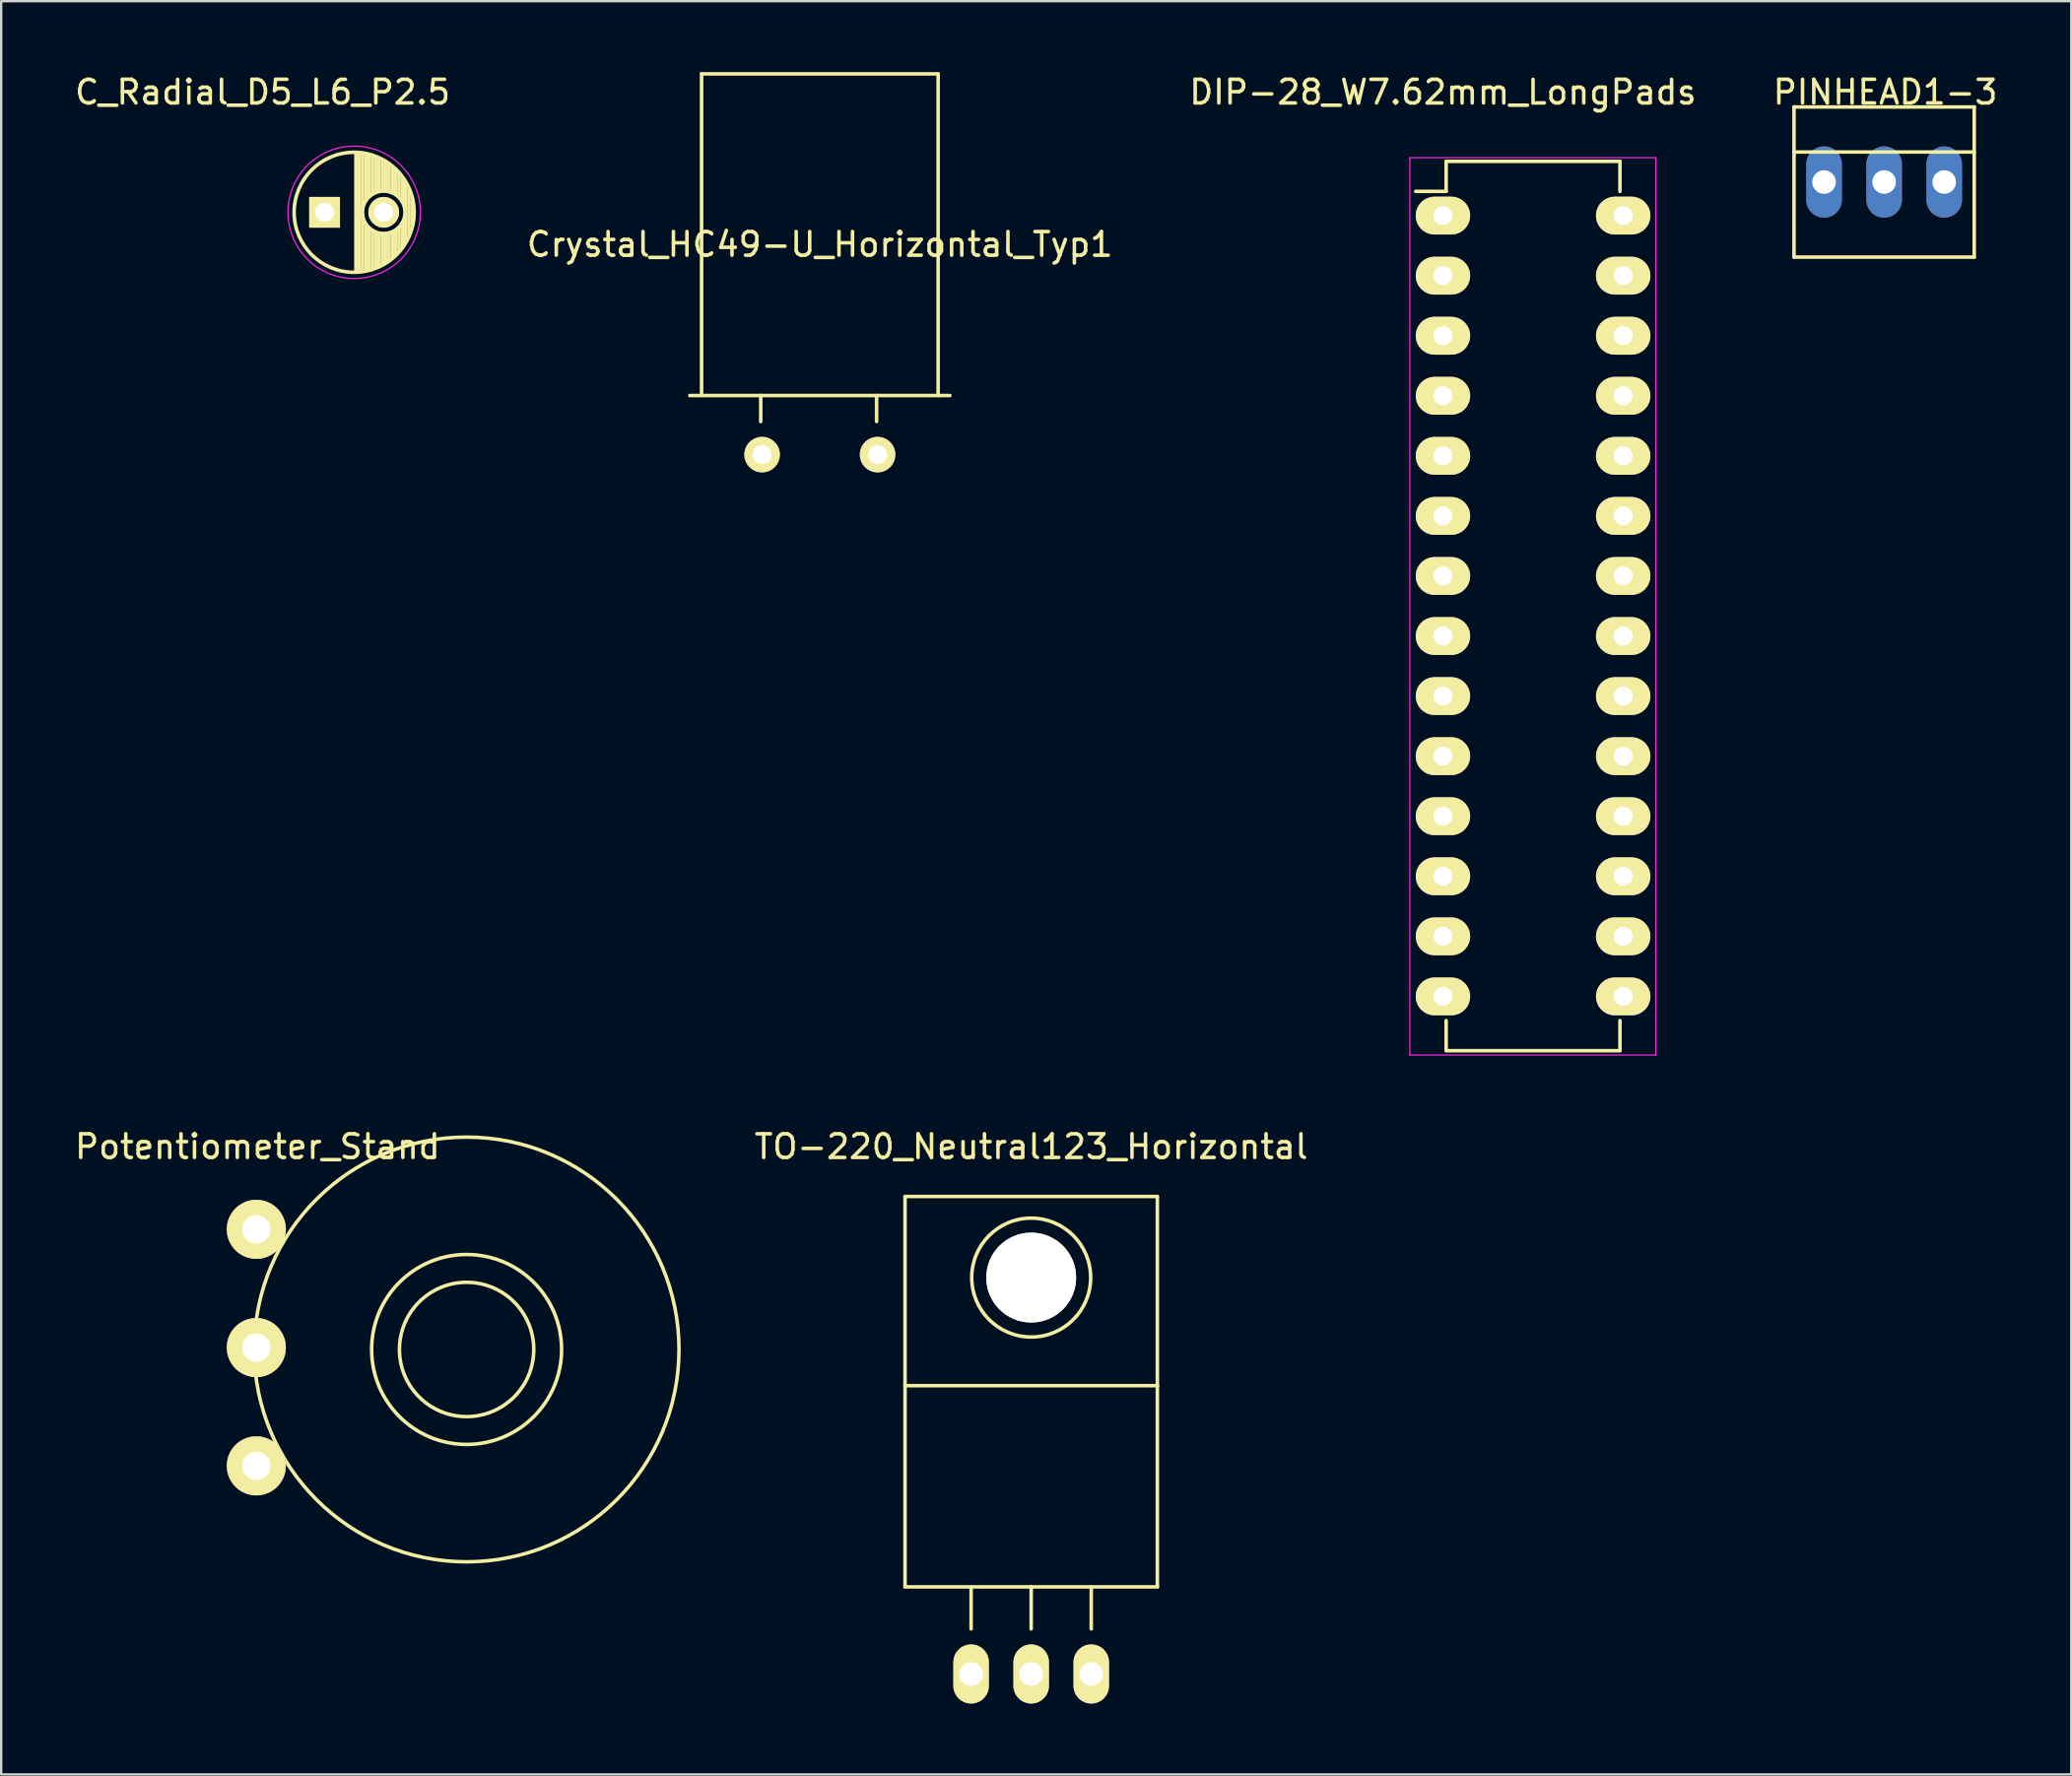
<source format=kicad_pcb>
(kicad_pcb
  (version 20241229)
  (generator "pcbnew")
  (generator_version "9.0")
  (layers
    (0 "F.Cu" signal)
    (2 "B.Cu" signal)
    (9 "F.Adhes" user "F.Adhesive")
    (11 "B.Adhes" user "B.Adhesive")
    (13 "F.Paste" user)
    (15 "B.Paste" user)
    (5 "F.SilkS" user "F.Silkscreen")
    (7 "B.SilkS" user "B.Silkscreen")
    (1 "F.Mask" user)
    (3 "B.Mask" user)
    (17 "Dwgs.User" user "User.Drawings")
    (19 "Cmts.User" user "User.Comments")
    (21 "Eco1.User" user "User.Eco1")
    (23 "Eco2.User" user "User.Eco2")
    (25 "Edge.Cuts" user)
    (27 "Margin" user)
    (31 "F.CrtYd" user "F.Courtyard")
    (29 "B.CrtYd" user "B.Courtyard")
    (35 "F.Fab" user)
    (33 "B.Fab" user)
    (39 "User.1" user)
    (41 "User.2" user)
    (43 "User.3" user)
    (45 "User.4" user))
  (footprint "PINHEAD1-3"
    (layer "F.Cu")
    (at 76.611 4.648)
    (property "Reference" "PINHEAD1-3" (at 0.05 -3.8 0) (layer "F.SilkS") (effects (font (size 1 1) (thickness 0.15))))
    (attr exclude_from_pos_files exclude_from_bom)
    (fp_line (start -3.81 -3.175) (end -3.81 3.175) (stroke (width 0.15) (type solid)) (layer "F.SilkS"))
    (fp_line (start -3.81 -3.175) (end 3.81 -3.175) (stroke (width 0.15) (type solid)) (layer "F.SilkS"))
    (fp_line (start 3.81 -3.175) (end 3.81 3.175) (stroke (width 0.15) (type solid)) (layer "F.SilkS"))
    (fp_line (start 3.81 -1.27) (end -3.81 -1.27) (stroke (width 0.15) (type solid)) (layer "F.SilkS"))
    (fp_line (start 3.81 3.175) (end -3.81 3.175) (stroke (width 0.15) (type solid)) (layer "F.SilkS"))
    (pad "1" thru_hole oval (at -2.54 0) (size 1.506 3.015) (drill 0.998) (layers "*.Cu" "*.Mask"))
    (pad "2" thru_hole oval (at 0 0) (size 1.506 3.015) (drill 0.998) (layers "*.Cu" "*.Mask"))
    (pad "3" thru_hole oval (at 2.54 0) (size 1.506 3.015) (drill 0.998) (layers "*.Cu" "*.Mask")))
  (footprint "TO-220_Neutral123_Horizontal"
    (layer "F.Cu")
    (at 40.549 67.743)
    (property "Reference" "TO-220_Neutral123_Horizontal" (at 0 -22.301 0) (layer "F.SilkS") (effects (font (size 1 1) (thickness 0.15))))
    (attr through_hole)
    (fp_line (start -5.334 -20.193) (end -5.334 -12.192) (stroke (width 0.15) (type solid)) (layer "F.SilkS"))
    (fp_line (start -5.334 -12.192) (end -5.334 -3.683) (stroke (width 0.15) (type solid)) (layer "F.SilkS"))
    (fp_line (start -2.54 -3.683) (end -2.54 -1.905) (stroke (width 0.15) (type solid)) (layer "F.SilkS"))
    (fp_line (start 0 -3.683) (end -5.334 -3.683) (stroke (width 0.15) (type solid)) (layer "F.SilkS"))
    (fp_line (start 0 -3.683) (end 0 -1.905) (stroke (width 0.15) (type solid)) (layer "F.SilkS"))
    (fp_line (start 0 -3.683) (end 5.334 -3.683) (stroke (width 0.15) (type solid)) (layer "F.SilkS"))
    (fp_line (start 2.54 -3.683) (end 2.54 -1.905) (stroke (width 0.15) (type solid)) (layer "F.SilkS"))
    (fp_line (start 5.334 -20.193) (end -5.334 -20.193) (stroke (width 0.15) (type solid)) (layer "F.SilkS"))
    (fp_line (start 5.334 -12.192) (end -5.334 -12.192) (stroke (width 0.15) (type solid)) (layer "F.SilkS"))
    (fp_line (start 5.334 -12.192) (end 5.334 -20.193) (stroke (width 0.15) (type solid)) (layer "F.SilkS"))
    (fp_line (start 5.334 -3.683) (end 5.334 -12.192) (stroke (width 0.15) (type solid)) (layer "F.SilkS"))
    (fp_circle (center 0 -16.764) (end 1.778 -14.986) (stroke (width 0.15) (type solid)) (fill no) (layer "F.SilkS"))
    (pad "" np_thru_hole circle (at 0 -16.764 90) (size 3.8 3.8) (drill 3.8) (layers "*.Cu" "*.Mask" "F.SilkS"))
    (pad "1" thru_hole oval (at -2.54 0 90) (size 2.499 1.501) (drill 1.001) (layers "*.Cu" "*.Mask" "F.SilkS"))
    (pad "2" thru_hole oval (at 0 0 90) (size 2.499 1.501) (drill 1.001) (layers "*.Cu" "*.Mask" "F.SilkS"))
    (pad "3" thru_hole oval (at 2.54 0 90) (size 2.499 1.501) (drill 1.001) (layers "*.Cu" "*.Mask" "F.SilkS")))
  (footprint "DIP-28_W7.62mm_LongPads"
    (layer "F.Cu")
    (at 57.958 6.068)
    (property "Reference" "DIP-28_W7.62mm_LongPads" (at 0 -5.22 0) (layer "F.SilkS") (effects (font (size 1 1) (thickness 0.15))))
    (attr through_hole)
    (fp_line (start 0.135 -2.295) (end 0.135 -1.025) (stroke (width 0.15) (type solid)) (layer "F.SilkS"))
    (fp_line (start 0.135 -2.295) (end 7.485 -2.295) (stroke (width 0.15) (type solid)) (layer "F.SilkS"))
    (fp_line (start 0.135 -1.025) (end -1.15 -1.025) (stroke (width 0.15) (type solid)) (layer "F.SilkS"))
    (fp_line (start 0.135 35.315) (end 0.135 34.045) (stroke (width 0.15) (type solid)) (layer "F.SilkS"))
    (fp_line (start 0.135 35.315) (end 7.485 35.315) (stroke (width 0.15) (type solid)) (layer "F.SilkS"))
    (fp_line (start 7.485 -2.295) (end 7.485 -1.025) (stroke (width 0.15) (type solid)) (layer "F.SilkS"))
    (fp_line (start 7.485 35.315) (end 7.485 34.045) (stroke (width 0.15) (type solid)) (layer "F.SilkS"))
    (fp_line (start -1.4 -2.45) (end -1.4 35.5) (stroke (width 0.05) (type solid)) (layer "F.CrtYd"))
    (fp_line (start -1.4 -2.45) (end 9 -2.45) (stroke (width 0.05) (type solid)) (layer "F.CrtYd"))
    (fp_line (start -1.4 35.5) (end 9 35.5) (stroke (width 0.05) (type solid)) (layer "F.CrtYd"))
    (fp_line (start 9 -2.45) (end 9 35.5) (stroke (width 0.05) (type solid)) (layer "F.CrtYd"))
    (pad "1" thru_hole oval (at 0 0) (size 2.3 1.6) (drill 0.8) (layers "*.Cu" "*.Mask" "F.SilkS"))
    (pad "2" thru_hole oval (at 0 2.54) (size 2.3 1.6) (drill 0.8) (layers "*.Cu" "*.Mask" "F.SilkS"))
    (pad "3" thru_hole oval (at 0 5.08) (size 2.3 1.6) (drill 0.8) (layers "*.Cu" "*.Mask" "F.SilkS"))
    (pad "4" thru_hole oval (at 0 7.62) (size 2.3 1.6) (drill 0.8) (layers "*.Cu" "*.Mask" "F.SilkS"))
    (pad "5" thru_hole oval (at 0 10.16) (size 2.3 1.6) (drill 0.8) (layers "*.Cu" "*.Mask" "F.SilkS"))
    (pad "6" thru_hole oval (at 0 12.7) (size 2.3 1.6) (drill 0.8) (layers "*.Cu" "*.Mask" "F.SilkS"))
    (pad "7" thru_hole oval (at 0 15.24) (size 2.3 1.6) (drill 0.8) (layers "*.Cu" "*.Mask" "F.SilkS"))
    (pad "8" thru_hole oval (at 0 17.78) (size 2.3 1.6) (drill 0.8) (layers "*.Cu" "*.Mask" "F.SilkS"))
    (pad "9" thru_hole oval (at 0 20.32) (size 2.3 1.6) (drill 0.8) (layers "*.Cu" "*.Mask" "F.SilkS"))
    (pad "10" thru_hole oval (at 0 22.86) (size 2.3 1.6) (drill 0.8) (layers "*.Cu" "*.Mask" "F.SilkS"))
    (pad "11" thru_hole oval (at 0 25.4) (size 2.3 1.6) (drill 0.8) (layers "*.Cu" "*.Mask" "F.SilkS"))
    (pad "12" thru_hole oval (at 0 27.94) (size 2.3 1.6) (drill 0.8) (layers "*.Cu" "*.Mask" "F.SilkS"))
    (pad "13" thru_hole oval (at 0 30.48) (size 2.3 1.6) (drill 0.8) (layers "*.Cu" "*.Mask" "F.SilkS"))
    (pad "14" thru_hole oval (at 0 33.02) (size 2.3 1.6) (drill 0.8) (layers "*.Cu" "*.Mask" "F.SilkS"))
    (pad "15" thru_hole oval (at 7.62 33.02) (size 2.3 1.6) (drill 0.8) (layers "*.Cu" "*.Mask" "F.SilkS"))
    (pad "16" thru_hole oval (at 7.62 30.48) (size 2.3 1.6) (drill 0.8) (layers "*.Cu" "*.Mask" "F.SilkS"))
    (pad "17" thru_hole oval (at 7.62 27.94) (size 2.3 1.6) (drill 0.8) (layers "*.Cu" "*.Mask" "F.SilkS"))
    (pad "18" thru_hole oval (at 7.62 25.4) (size 2.3 1.6) (drill 0.8) (layers "*.Cu" "*.Mask" "F.SilkS"))
    (pad "19" thru_hole oval (at 7.62 22.86) (size 2.3 1.6) (drill 0.8) (layers "*.Cu" "*.Mask" "F.SilkS"))
    (pad "20" thru_hole oval (at 7.62 20.32) (size 2.3 1.6) (drill 0.8) (layers "*.Cu" "*.Mask" "F.SilkS"))
    (pad "21" thru_hole oval (at 7.62 17.78) (size 2.3 1.6) (drill 0.8) (layers "*.Cu" "*.Mask" "F.SilkS"))
    (pad "22" thru_hole oval (at 7.62 15.24) (size 2.3 1.6) (drill 0.8) (layers "*.Cu" "*.Mask" "F.SilkS"))
    (pad "23" thru_hole oval (at 7.62 12.7) (size 2.3 1.6) (drill 0.8) (layers "*.Cu" "*.Mask" "F.SilkS"))
    (pad "24" thru_hole oval (at 7.62 10.16) (size 2.3 1.6) (drill 0.8) (layers "*.Cu" "*.Mask" "F.SilkS"))
    (pad "25" thru_hole oval (at 7.62 7.62) (size 2.3 1.6) (drill 0.8) (layers "*.Cu" "*.Mask" "F.SilkS"))
    (pad "26" thru_hole oval (at 7.62 5.08) (size 2.3 1.6) (drill 0.8) (layers "*.Cu" "*.Mask" "F.SilkS"))
    (pad "27" thru_hole oval (at 7.62 2.54) (size 2.3 1.6) (drill 0.8) (layers "*.Cu" "*.Mask" "F.SilkS"))
    (pad "28" thru_hole oval (at 7.62 0) (size 2.3 1.6) (drill 0.8) (layers "*.Cu" "*.Mask" "F.SilkS")))
  (footprint "Crystal_HC49-U_Horizontal_Typ1"
    (layer "F.Cu")
    (at 31.613 16.176)
    (property "Reference" "Crystal_HC49-U_Horizontal_Typ1" (at 0 -8.89 0) (layer "F.SilkS") (effects (font (size 1 1) (thickness 0.15))))
    (attr through_hole)
    (fp_line (start -5.499 -2.499) (end 5.499 -2.499) (stroke (width 0.15) (type solid)) (layer "F.SilkS"))
    (fp_line (start -5.001 -16.101) (end 5.001 -16.101) (stroke (width 0.15) (type solid)) (layer "F.SilkS"))
    (fp_line (start -5.001 -2.499) (end -5.001 -16.101) (stroke (width 0.15) (type solid)) (layer "F.SilkS"))
    (fp_line (start -2.499 -1.4) (end -2.499 -2.499) (stroke (width 0.15) (type solid)) (layer "F.SilkS"))
    (fp_line (start 2.4 -1.4) (end 2.4 -2.499) (stroke (width 0.15) (type solid)) (layer "F.SilkS"))
    (fp_line (start 5.001 -16.101) (end 5.001 -2.499) (stroke (width 0.15) (type solid)) (layer "F.SilkS"))
    (pad "1" thru_hole circle (at -2.441 0) (size 1.501 1.501) (drill 0.8) (layers "*.Cu" "*.Mask" "F.SilkS"))
    (pad "2" thru_hole circle (at 2.441 0) (size 1.501 1.501) (drill 0.8) (layers "*.Cu" "*.Mask" "F.SilkS")))
  (footprint "Potentiometer_Stand"
    (layer "F.Cu")
    (at 7.788 48.939)
    (property "Reference" "Potentiometer_Stand" (at 0.051 -3.498 0) (layer "F.SilkS") (effects (font (size 1 1) (thickness 0.15))))
    (attr through_hole)
    (fp_circle (center 8.89 5.08) (end 10.16 7.62) (stroke (width 0.15) (type solid)) (fill no) (layer "F.SilkS"))
    (fp_circle (center 8.89 5.08) (end 10.16 8.89) (stroke (width 0.15) (type solid)) (fill no) (layer "F.SilkS"))
    (fp_circle (center 8.89 5.08) (end 15.24 11.43) (stroke (width 0.15) (type solid)) (fill no) (layer "F.SilkS"))
    (pad "1" thru_hole circle (at 0 0) (size 2.499 2.499) (drill 1.199) (layers "*.Cu" "*.Mask" "F.SilkS"))
    (pad "2" thru_hole circle (at 0 5.001) (size 2.499 2.499) (drill 1.199) (layers "*.Cu" "*.Mask" "F.SilkS"))
    (pad "3" thru_hole circle (at 0 10.003) (size 2.499 2.499) (drill 1.199) (layers "*.Cu" "*.Mask" "F.SilkS")))
  (footprint "C_Radial_D5_L6_P2.5"
    (layer "F.Cu")
    (at 10.674 5.928)
    (property "Reference" "C_Radial_D5_L6_P2.5" (at -2.62 -5.08 0) (layer "F.SilkS") (effects (font (size 1 1) (thickness 0.15))))
    (attr through_hole)
    (fp_line (start 1.325 -2.499) (end 1.325 2.499) (stroke (width 0.15) (type solid)) (layer "F.SilkS"))
    (fp_line (start 1.465 -2.491) (end 1.465 2.491) (stroke (width 0.15) (type solid)) (layer "F.SilkS"))
    (fp_line (start 1.605 -2.475) (end 1.605 -0.095) (stroke (width 0.15) (type solid)) (layer "F.SilkS"))
    (fp_line (start 1.605 0.095) (end 1.605 2.475) (stroke (width 0.15) (type solid)) (layer "F.SilkS"))
    (fp_line (start 1.745 -2.451) (end 1.745 -0.49) (stroke (width 0.15) (type solid)) (layer "F.SilkS"))
    (fp_line (start 1.745 0.49) (end 1.745 2.451) (stroke (width 0.15) (type solid)) (layer "F.SilkS"))
    (fp_line (start 1.885 -2.418) (end 1.885 -0.657) (stroke (width 0.15) (type solid)) (layer "F.SilkS"))
    (fp_line (start 1.885 0.657) (end 1.885 2.418) (stroke (width 0.15) (type solid)) (layer "F.SilkS"))
    (fp_line (start 2.025 -2.377) (end 2.025 -0.764) (stroke (width 0.15) (type solid)) (layer "F.SilkS"))
    (fp_line (start 2.025 0.764) (end 2.025 2.377) (stroke (width 0.15) (type solid)) (layer "F.SilkS"))
    (fp_line (start 2.165 -2.327) (end 2.165 -0.835) (stroke (width 0.15) (type solid)) (layer "F.SilkS"))
    (fp_line (start 2.165 0.835) (end 2.165 2.327) (stroke (width 0.15) (type solid)) (layer "F.SilkS"))
    (fp_line (start 2.305 -2.266) (end 2.305 -0.879) (stroke (width 0.15) (type solid)) (layer "F.SilkS"))
    (fp_line (start 2.305 0.879) (end 2.305 2.266) (stroke (width 0.15) (type solid)) (layer "F.SilkS"))
    (fp_line (start 2.445 -2.196) (end 2.445 -0.898) (stroke (width 0.15) (type solid)) (layer "F.SilkS"))
    (fp_line (start 2.445 0.898) (end 2.445 2.196) (stroke (width 0.15) (type solid)) (layer "F.SilkS"))
    (fp_line (start 2.585 -2.114) (end 2.585 -0.896) (stroke (width 0.15) (type solid)) (layer "F.SilkS"))
    (fp_line (start 2.585 0.896) (end 2.585 2.114) (stroke (width 0.15) (type solid)) (layer "F.SilkS"))
    (fp_line (start 2.725 -2.019) (end 2.725 -0.871) (stroke (width 0.15) (type solid)) (layer "F.SilkS"))
    (fp_line (start 2.725 0.871) (end 2.725 2.019) (stroke (width 0.15) (type solid)) (layer "F.SilkS"))
    (fp_line (start 2.865 -1.908) (end 2.865 -0.823) (stroke (width 0.15) (type solid)) (layer "F.SilkS"))
    (fp_line (start 2.865 0.823) (end 2.865 1.908) (stroke (width 0.15) (type solid)) (layer "F.SilkS"))
    (fp_line (start 3.005 -1.78) (end 3.005 -0.745) (stroke (width 0.15) (type solid)) (layer "F.SilkS"))
    (fp_line (start 3.005 0.745) (end 3.005 1.78) (stroke (width 0.15) (type solid)) (layer "F.SilkS"))
    (fp_line (start 3.145 -1.631) (end 3.145 -0.628) (stroke (width 0.15) (type solid)) (layer "F.SilkS"))
    (fp_line (start 3.145 0.628) (end 3.145 1.631) (stroke (width 0.15) (type solid)) (layer "F.SilkS"))
    (fp_line (start 3.285 -1.452) (end 3.285 -0.44) (stroke (width 0.15) (type solid)) (layer "F.SilkS"))
    (fp_line (start 3.285 0.44) (end 3.285 1.452) (stroke (width 0.15) (type solid)) (layer "F.SilkS"))
    (fp_line (start 3.425 -1.233) (end 3.425 1.233) (stroke (width 0.15) (type solid)) (layer "F.SilkS"))
    (fp_line (start 3.565 -0.944) (end 3.565 0.944) (stroke (width 0.15) (type solid)) (layer "F.SilkS"))
    (fp_line (start 3.705 -0.472) (end 3.705 0.472) (stroke (width 0.15) (type solid)) (layer "F.SilkS"))
    (fp_circle (center 1.25 0) (end 1.25 -2.538) (stroke (width 0.15) (type solid)) (fill no) (layer "F.SilkS"))
    (fp_circle (center 2.5 0) (end 2.5 -0.9) (stroke (width 0.15) (type solid)) (fill no) (layer "F.SilkS"))
    (fp_circle (center 1.25 0) (end 1.25 -2.8) (stroke (width 0.05) (type solid)) (fill no) (layer "F.CrtYd"))
    (pad "1" thru_hole rect (at 0 0) (size 1.3 1.3) (drill 0.8) (layers "*.Cu" "*.Mask" "F.SilkS"))
    (pad "2" thru_hole circle (at 2.5 0) (size 1.3 1.3) (drill 0.8) (layers "*.Cu" "*.Mask" "F.SilkS")))
  (gr_rect
    (start -3 -3)
    (end 84.524 71.992)
    (stroke (width 0.1) (type default))
    (fill no)
    (layer "Edge.Cuts")))
</source>
